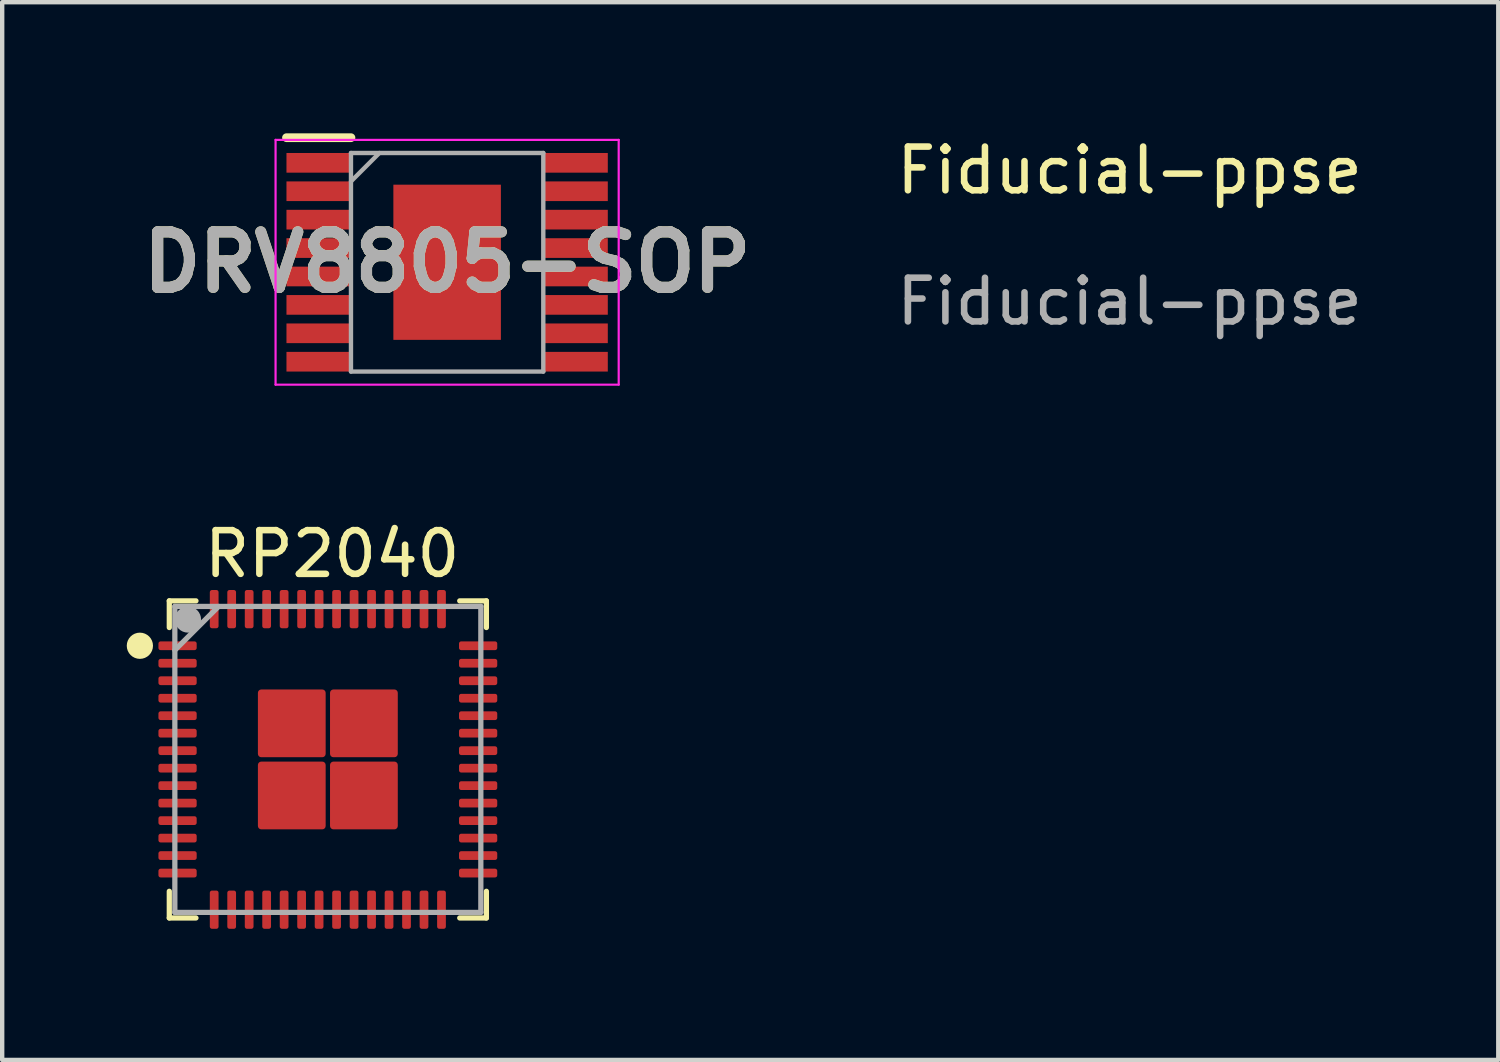
<source format=kicad_pcb>
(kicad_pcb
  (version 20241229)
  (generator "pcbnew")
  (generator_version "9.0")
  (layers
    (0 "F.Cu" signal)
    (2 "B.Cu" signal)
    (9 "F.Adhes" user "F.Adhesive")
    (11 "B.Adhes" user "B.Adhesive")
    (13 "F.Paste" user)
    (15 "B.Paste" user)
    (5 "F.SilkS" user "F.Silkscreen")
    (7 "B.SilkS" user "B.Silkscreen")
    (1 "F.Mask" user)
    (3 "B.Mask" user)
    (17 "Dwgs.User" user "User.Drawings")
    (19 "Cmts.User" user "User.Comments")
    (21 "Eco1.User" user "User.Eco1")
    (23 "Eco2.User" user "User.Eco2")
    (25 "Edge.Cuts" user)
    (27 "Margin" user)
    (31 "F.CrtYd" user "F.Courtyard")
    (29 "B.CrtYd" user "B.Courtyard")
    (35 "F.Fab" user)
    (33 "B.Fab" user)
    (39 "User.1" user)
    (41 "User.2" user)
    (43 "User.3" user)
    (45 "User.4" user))
  (footprint "DRV8805-SOP"
    (layer "F.Cu")
    (at 7.179 2.95)
    (property "Reference" "DRV8805-SOP" (at 0 0 0) (layer "F.SilkS") (effects (font (size 1.27 1.27) (thickness 0.254))))
    (attr smd)
    (fp_line (start -3.675 -2.85) (end -2.2 -2.85) (stroke (width 0.2) (type solid)) (layer "F.SilkS"))
    (fp_line (start -3.925 -2.8) (end 3.925 -2.8) (stroke (width 0.05) (type solid)) (layer "F.CrtYd"))
    (fp_line (start -3.925 2.8) (end -3.925 -2.8) (stroke (width 0.05) (type solid)) (layer "F.CrtYd"))
    (fp_line (start 3.925 -2.8) (end 3.925 2.8) (stroke (width 0.05) (type solid)) (layer "F.CrtYd"))
    (fp_line (start 3.925 2.8) (end -3.925 2.8) (stroke (width 0.05) (type solid)) (layer "F.CrtYd"))
    (fp_line (start -2.2 -2.5) (end 2.2 -2.5) (stroke (width 0.1) (type solid)) (layer "F.Fab"))
    (fp_line (start -2.2 -1.85) (end -1.55 -2.5) (stroke (width 0.1) (type solid)) (layer "F.Fab"))
    (fp_line (start -2.2 2.5) (end -2.2 -2.5) (stroke (width 0.1) (type solid)) (layer "F.Fab"))
    (fp_line (start 2.2 -2.5) (end 2.2 2.5) (stroke (width 0.1) (type solid)) (layer "F.Fab"))
    (fp_line (start 2.2 2.5) (end -2.2 2.5) (stroke (width 0.1) (type solid)) (layer "F.Fab"))
    (fp_text user "${REFERENCE}" (at 0 0 0) (layer "F.Fab") (effects (font (size 1.27 1.27) (thickness 0.254))))
    (pad "1" smd rect (at -2.938 -2.275 90) (size 0.45 1.475) (layers "F.Cu" "F.Mask" "F.Paste"))
    (pad "2" smd rect (at -2.938 -1.625 90) (size 0.45 1.475) (layers "F.Cu" "F.Mask" "F.Paste"))
    (pad "3" smd rect (at -2.938 -0.975 90) (size 0.45 1.475) (layers "F.Cu" "F.Mask" "F.Paste"))
    (pad "4" smd rect (at -2.938 -0.325 90) (size 0.45 1.475) (layers "F.Cu" "F.Mask" "F.Paste"))
    (pad "5" smd rect (at -2.938 0.325 90) (size 0.45 1.475) (layers "F.Cu" "F.Mask" "F.Paste"))
    (pad "6" smd rect (at -2.938 0.975 90) (size 0.45 1.475) (layers "F.Cu" "F.Mask" "F.Paste"))
    (pad "7" smd rect (at -2.938 1.625 90) (size 0.45 1.475) (layers "F.Cu" "F.Mask" "F.Paste"))
    (pad "8" smd rect (at -2.938 2.275 90) (size 0.45 1.475) (layers "F.Cu" "F.Mask" "F.Paste"))
    (pad "9" smd rect (at 2.938 2.275 90) (size 0.45 1.475) (layers "F.Cu" "F.Mask" "F.Paste"))
    (pad "10" smd rect (at 2.938 1.625 90) (size 0.45 1.475) (layers "F.Cu" "F.Mask" "F.Paste"))
    (pad "11" smd rect (at 2.938 0.975 90) (size 0.45 1.475) (layers "F.Cu" "F.Mask" "F.Paste"))
    (pad "12" smd rect (at 2.938 0.325 90) (size 0.45 1.475) (layers "F.Cu" "F.Mask" "F.Paste"))
    (pad "13" smd rect (at 2.938 -0.325 90) (size 0.45 1.475) (layers "F.Cu" "F.Mask" "F.Paste"))
    (pad "14" smd rect (at 2.938 -0.975 90) (size 0.45 1.475) (layers "F.Cu" "F.Mask" "F.Paste"))
    (pad "15" smd rect (at 2.938 -1.625 90) (size 0.45 1.475) (layers "F.Cu" "F.Mask" "F.Paste"))
    (pad "16" smd rect (at 2.938 -2.275 90) (size 0.45 1.475) (layers "F.Cu" "F.Mask" "F.Paste"))
    (pad "17" smd rect (at 0 0) (size 2.46 3.55) (layers "F.Cu" "F.Mask" "F.Paste")))
  (footprint "RP2040"
    (layer "F.Cu")
    (at 4.45 14.323)
    (property "Reference" "RP2040" (at 0.1 -4.7 0) (layer "F.SilkS") (effects (font (size 1 1) (thickness 0.15))))
    (attr through_hole)
    (fp_line (start -3.627 -3.627) (end -3.627 -3.017) (stroke (width 0.12) (type solid)) (layer "F.SilkS"))
    (fp_line (start -3.627 3.017) (end -3.627 3.627) (stroke (width 0.12) (type solid)) (layer "F.SilkS"))
    (fp_line (start -3.627 3.627) (end -3.017 3.627) (stroke (width 0.12) (type solid)) (layer "F.SilkS"))
    (fp_line (start -3.017 -3.627) (end -3.627 -3.627) (stroke (width 0.12) (type solid)) (layer "F.SilkS"))
    (fp_line (start 3.017 3.627) (end 3.627 3.627) (stroke (width 0.12) (type solid)) (layer "F.SilkS"))
    (fp_line (start 3.627 -3.627) (end 3.017 -3.627) (stroke (width 0.12) (type solid)) (layer "F.SilkS"))
    (fp_line (start 3.627 -3.017) (end 3.627 -3.627) (stroke (width 0.12) (type solid)) (layer "F.SilkS"))
    (fp_line (start 3.627 3.627) (end 3.627 3.017) (stroke (width 0.12) (type solid)) (layer "F.SilkS"))
    (fp_circle (center -4.3 -2.6) (end -4.3 -2.6) (stroke (width 0.3) (type solid)) (fill no) (layer "F.SilkS"))
    (fp_line (start -3.5 -3.5) (end -3.5 3.5) (stroke (width 0.12) (type solid)) (layer "F.Fab"))
    (fp_line (start -3.5 3.5) (end 3.5 3.5) (stroke (width 0.12) (type solid)) (layer "F.Fab"))
    (fp_line (start -2.5 -3.5) (end -3.5 -2.5) (stroke (width 0.12) (type solid)) (layer "F.Fab"))
    (fp_line (start 3.5 -3.5) (end -3.5 -3.5) (stroke (width 0.12) (type solid)) (layer "F.Fab"))
    (fp_line (start 3.5 3.5) (end 3.5 -3.5) (stroke (width 0.12) (type solid)) (layer "F.Fab"))
    (fp_circle (center -3.2 -3.2) (end -3.2 -3.2) (stroke (width 0.3) (type solid)) (fill no) (layer "F.Fab"))
    (pad "1" smd roundrect (at -3.438 -2.6) (size 0.875 0.2) (layers "F.Cu" "F.Mask" "F.Paste") (roundrect_rratio 0.25))
    (pad "2" smd roundrect (at -3.438 -2.2) (size 0.875 0.2) (layers "F.Cu" "F.Mask" "F.Paste") (roundrect_rratio 0.25))
    (pad "3" smd roundrect (at -3.438 -1.8) (size 0.875 0.2) (layers "F.Cu" "F.Mask" "F.Paste") (roundrect_rratio 0.25))
    (pad "4" smd roundrect (at -3.438 -1.4) (size 0.875 0.2) (layers "F.Cu" "F.Mask" "F.Paste") (roundrect_rratio 0.25))
    (pad "5" smd roundrect (at -3.438 -1) (size 0.875 0.2) (layers "F.Cu" "F.Mask" "F.Paste") (roundrect_rratio 0.25))
    (pad "6" smd roundrect (at -3.438 -0.6) (size 0.875 0.2) (layers "F.Cu" "F.Mask" "F.Paste") (roundrect_rratio 0.25))
    (pad "7" smd roundrect (at -3.438 -0.2) (size 0.875 0.2) (layers "F.Cu" "F.Mask" "F.Paste") (roundrect_rratio 0.25))
    (pad "8" smd roundrect (at -3.438 0.2) (size 0.875 0.2) (layers "F.Cu" "F.Mask" "F.Paste") (roundrect_rratio 0.25))
    (pad "9" smd roundrect (at -3.438 0.6) (size 0.875 0.2) (layers "F.Cu" "F.Mask" "F.Paste") (roundrect_rratio 0.25))
    (pad "10" smd roundrect (at -3.438 1) (size 0.875 0.2) (layers "F.Cu" "F.Mask" "F.Paste") (roundrect_rratio 0.25))
    (pad "11" smd roundrect (at -3.438 1.4) (size 0.875 0.2) (layers "F.Cu" "F.Mask" "F.Paste") (roundrect_rratio 0.25))
    (pad "12" smd roundrect (at -3.438 1.8) (size 0.875 0.2) (layers "F.Cu" "F.Mask" "F.Paste") (roundrect_rratio 0.25))
    (pad "13" smd roundrect (at -3.438 2.2) (size 0.875 0.2) (layers "F.Cu" "F.Mask" "F.Paste") (roundrect_rratio 0.25))
    (pad "14" smd roundrect (at -3.438 2.6) (size 0.875 0.2) (layers "F.Cu" "F.Mask" "F.Paste") (roundrect_rratio 0.25))
    (pad "15" smd roundrect (at -2.6 3.438 90) (size 0.875 0.2) (layers "F.Cu" "F.Mask" "F.Paste") (roundrect_rratio 0.25))
    (pad "16" smd roundrect (at -2.2 3.438 90) (size 0.875 0.2) (layers "F.Cu" "F.Mask" "F.Paste") (roundrect_rratio 0.25))
    (pad "17" smd roundrect (at -1.8 3.438 90) (size 0.875 0.2) (layers "F.Cu" "F.Mask" "F.Paste") (roundrect_rratio 0.25))
    (pad "18" smd roundrect (at -1.4 3.438 90) (size 0.875 0.2) (layers "F.Cu" "F.Mask" "F.Paste") (roundrect_rratio 0.25))
    (pad "19" smd roundrect (at -1 3.438 90) (size 0.875 0.2) (layers "F.Cu" "F.Mask" "F.Paste") (roundrect_rratio 0.25))
    (pad "20" smd roundrect (at -0.6 3.438 90) (size 0.875 0.2) (layers "F.Cu" "F.Mask" "F.Paste") (roundrect_rratio 0.25))
    (pad "21" smd roundrect (at -0.2 3.438 90) (size 0.875 0.2) (layers "F.Cu" "F.Mask" "F.Paste") (roundrect_rratio 0.25))
    (pad "22" smd roundrect (at 0.2 3.438 90) (size 0.875 0.2) (layers "F.Cu" "F.Mask" "F.Paste") (roundrect_rratio 0.25))
    (pad "23" smd roundrect (at 0.6 3.438 90) (size 0.875 0.2) (layers "F.Cu" "F.Mask" "F.Paste") (roundrect_rratio 0.25))
    (pad "24" smd roundrect (at 1 3.438 90) (size 0.875 0.2) (layers "F.Cu" "F.Mask" "F.Paste") (roundrect_rratio 0.25))
    (pad "25" smd roundrect (at 1.4 3.438 90) (size 0.875 0.2) (layers "F.Cu" "F.Mask" "F.Paste") (roundrect_rratio 0.25))
    (pad "26" smd roundrect (at 1.8 3.438 90) (size 0.875 0.2) (layers "F.Cu" "F.Mask" "F.Paste") (roundrect_rratio 0.25))
    (pad "27" smd roundrect (at 2.2 3.438 90) (size 0.875 0.2) (layers "F.Cu" "F.Mask" "F.Paste") (roundrect_rratio 0.25))
    (pad "28" smd roundrect (at 2.6 3.438 90) (size 0.875 0.2) (layers "F.Cu" "F.Mask" "F.Paste") (roundrect_rratio 0.25))
    (pad "29" smd roundrect (at 3.438 2.6 180) (size 0.875 0.2) (layers "F.Cu" "F.Mask" "F.Paste") (roundrect_rratio 0.25))
    (pad "30" smd roundrect (at 3.438 2.2 180) (size 0.875 0.2) (layers "F.Cu" "F.Mask" "F.Paste") (roundrect_rratio 0.25))
    (pad "31" smd roundrect (at 3.438 1.8 180) (size 0.875 0.2) (layers "F.Cu" "F.Mask" "F.Paste") (roundrect_rratio 0.25))
    (pad "32" smd roundrect (at 3.438 1.4 180) (size 0.875 0.2) (layers "F.Cu" "F.Mask" "F.Paste") (roundrect_rratio 0.25))
    (pad "33" smd roundrect (at 3.438 1 180) (size 0.875 0.2) (layers "F.Cu" "F.Mask" "F.Paste") (roundrect_rratio 0.25))
    (pad "34" smd roundrect (at 3.438 0.6 180) (size 0.875 0.2) (layers "F.Cu" "F.Mask" "F.Paste") (roundrect_rratio 0.25))
    (pad "35" smd roundrect (at 3.438 0.2 180) (size 0.875 0.2) (layers "F.Cu" "F.Mask" "F.Paste") (roundrect_rratio 0.25))
    (pad "36" smd roundrect (at 3.438 -0.2 180) (size 0.875 0.2) (layers "F.Cu" "F.Mask" "F.Paste") (roundrect_rratio 0.25))
    (pad "37" smd roundrect (at 3.438 -0.6 180) (size 0.875 0.2) (layers "F.Cu" "F.Mask" "F.Paste") (roundrect_rratio 0.25))
    (pad "38" smd roundrect (at 3.438 -1 180) (size 0.875 0.2) (layers "F.Cu" "F.Mask" "F.Paste") (roundrect_rratio 0.25))
    (pad "39" smd roundrect (at 3.438 -1.4 180) (size 0.875 0.2) (layers "F.Cu" "F.Mask" "F.Paste") (roundrect_rratio 0.25))
    (pad "40" smd roundrect (at 3.438 -1.8 180) (size 0.875 0.2) (layers "F.Cu" "F.Mask" "F.Paste") (roundrect_rratio 0.25))
    (pad "41" smd roundrect (at 3.438 -2.2 180) (size 0.875 0.2) (layers "F.Cu" "F.Mask" "F.Paste") (roundrect_rratio 0.25))
    (pad "42" smd roundrect (at 3.438 -2.6 180) (size 0.875 0.2) (layers "F.Cu" "F.Mask" "F.Paste") (roundrect_rratio 0.25))
    (pad "43" smd roundrect (at 2.6 -3.438 270) (size 0.875 0.2) (layers "F.Cu" "F.Mask" "F.Paste") (roundrect_rratio 0.25))
    (pad "44" smd roundrect (at 2.2 -3.438 270) (size 0.875 0.2) (layers "F.Cu" "F.Mask" "F.Paste") (roundrect_rratio 0.25))
    (pad "45" smd roundrect (at 1.8 -3.438 270) (size 0.875 0.2) (layers "F.Cu" "F.Mask" "F.Paste") (roundrect_rratio 0.25))
    (pad "46" smd roundrect (at 1.4 -3.438 270) (size 0.875 0.2) (layers "F.Cu" "F.Mask" "F.Paste") (roundrect_rratio 0.25))
    (pad "47" smd roundrect (at 1 -3.438 270) (size 0.875 0.2) (layers "F.Cu" "F.Mask" "F.Paste") (roundrect_rratio 0.25))
    (pad "48" smd roundrect (at 0.6 -3.438 270) (size 0.875 0.2) (layers "F.Cu" "F.Mask" "F.Paste") (roundrect_rratio 0.25))
    (pad "49" smd roundrect (at 0.2 -3.438 270) (size 0.875 0.2) (layers "F.Cu" "F.Mask" "F.Paste") (roundrect_rratio 0.25))
    (pad "50" smd roundrect (at -0.2 -3.438 270) (size 0.875 0.2) (layers "F.Cu" "F.Mask" "F.Paste") (roundrect_rratio 0.25))
    (pad "51" smd roundrect (at -0.6 -3.438 270) (size 0.875 0.2) (layers "F.Cu" "F.Mask" "F.Paste") (roundrect_rratio 0.25))
    (pad "52" smd roundrect (at -1 -3.438 270) (size 0.875 0.2) (layers "F.Cu" "F.Mask" "F.Paste") (roundrect_rratio 0.25))
    (pad "53" smd roundrect (at -1.4 -3.438 270) (size 0.875 0.2) (layers "F.Cu" "F.Mask" "F.Paste") (roundrect_rratio 0.25))
    (pad "54" smd roundrect (at -1.8 -3.438 270) (size 0.875 0.2) (layers "F.Cu" "F.Mask" "F.Paste") (roundrect_rratio 0.25))
    (pad "55" smd roundrect (at -2.2 -3.438 270) (size 0.875 0.2) (layers "F.Cu" "F.Mask" "F.Paste") (roundrect_rratio 0.25))
    (pad "56" smd roundrect (at -2.6 -3.438 270) (size 0.875 0.2) (layers "F.Cu" "F.Mask" "F.Paste") (roundrect_rratio 0.25))
    (pad "57" smd roundrect (at -0.825 -0.825) (size 1.55 1.55) (layers "F.Cu" "F.Mask" "F.Paste") (roundrect_rratio 0.05))
    (pad "57" smd roundrect (at -0.825 0.825) (size 1.55 1.55) (layers "F.Cu" "F.Mask" "F.Paste") (roundrect_rratio 0.05))
    (pad "57" smd roundrect (at 0.825 -0.825) (size 1.55 1.55) (layers "F.Cu" "F.Mask" "F.Paste") (roundrect_rratio 0.05))
    (pad "57" smd roundrect (at 0.825 0.825) (size 1.55 1.55) (layers "F.Cu" "F.Mask" "F.Paste") (roundrect_rratio 0.05)))
  (footprint "Fiducial-ppse"
    (layer "F.Cu")
    (at 22.792 1.348)
    (property "Reference" "Fiducial-ppse" (at 0 -0.5 0) (unlocked yes) (layer "F.SilkS") (effects (font (size 1 1) (thickness 0.15))))
    (fp_text user "${REFERENCE}" (at 0 2.5 0) (unlocked yes) (layer "F.Fab") (effects (font (size 1 1) (thickness 0.15)))))
  (gr_rect
    (start -3 -3)
    (end 31.226 21.198)
    (stroke (width 0.1) (type default))
    (fill no)
    (layer "Edge.Cuts")))
</source>
